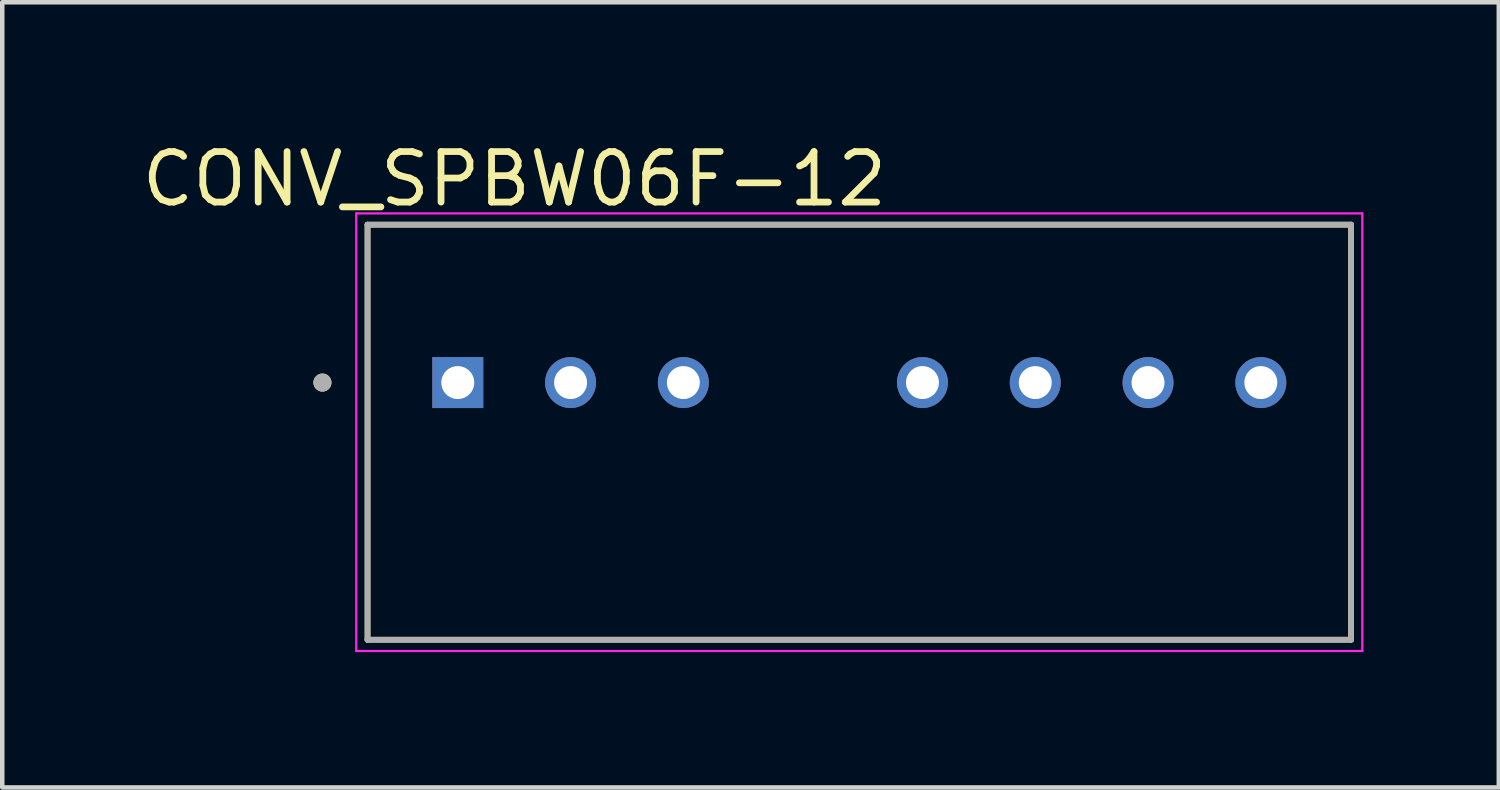
<source format=kicad_pcb>
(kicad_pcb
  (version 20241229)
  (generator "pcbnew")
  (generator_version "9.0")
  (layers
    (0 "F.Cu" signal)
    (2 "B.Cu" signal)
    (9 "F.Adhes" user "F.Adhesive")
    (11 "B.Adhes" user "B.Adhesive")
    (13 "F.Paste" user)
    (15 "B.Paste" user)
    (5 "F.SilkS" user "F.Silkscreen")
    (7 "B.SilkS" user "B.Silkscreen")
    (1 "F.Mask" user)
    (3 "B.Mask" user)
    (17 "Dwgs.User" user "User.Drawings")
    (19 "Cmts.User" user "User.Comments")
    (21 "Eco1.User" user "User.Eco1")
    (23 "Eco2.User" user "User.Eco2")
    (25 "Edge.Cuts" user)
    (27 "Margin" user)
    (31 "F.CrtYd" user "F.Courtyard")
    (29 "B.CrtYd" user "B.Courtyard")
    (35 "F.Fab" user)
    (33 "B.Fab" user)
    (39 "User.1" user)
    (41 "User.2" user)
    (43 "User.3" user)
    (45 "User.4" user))
  (footprint "CONV_SPBW06F-12"
    (layer "F.Cu")
    (at 15.997 6.53)
    (property "Reference" "CONV_SPBW06F-12" (at -7.644 -5.611 0) (layer "F.SilkS") (effects (font (size 1.12 1.12) (thickness 0.15))))
    (attr through_hole)
    (fp_line (start -10.9 -4.6) (end 10.9 -4.6) (stroke (width 0.127) (type solid)) (layer "F.SilkS"))
    (fp_line (start -10.9 4.6) (end -10.9 -4.6) (stroke (width 0.127) (type solid)) (layer "F.SilkS"))
    (fp_line (start 10.9 -4.6) (end 10.9 4.6) (stroke (width 0.127) (type solid)) (layer "F.SilkS"))
    (fp_line (start 10.9 4.6) (end -10.9 4.6) (stroke (width 0.127) (type solid)) (layer "F.SilkS"))
    (fp_circle (center -11.9 -1.1) (end -11.8 -1.1) (stroke (width 0.2) (type solid)) (fill no) (layer "F.SilkS"))
    (fp_line (start -11.15 -4.85) (end 11.15 -4.85) (stroke (width 0.05) (type solid)) (layer "F.CrtYd"))
    (fp_line (start -11.15 4.85) (end -11.15 -4.85) (stroke (width 0.05) (type solid)) (layer "F.CrtYd"))
    (fp_line (start 11.15 -4.85) (end 11.15 4.85) (stroke (width 0.05) (type solid)) (layer "F.CrtYd"))
    (fp_line (start 11.15 4.85) (end -11.15 4.85) (stroke (width 0.05) (type solid)) (layer "F.CrtYd"))
    (fp_line (start -10.9 -4.6) (end 10.9 -4.6) (stroke (width 0.127) (type solid)) (layer "F.Fab"))
    (fp_line (start -10.9 4.6) (end -10.9 -4.6) (stroke (width 0.127) (type solid)) (layer "F.Fab"))
    (fp_line (start 10.9 -4.6) (end 10.9 4.6) (stroke (width 0.127) (type solid)) (layer "F.Fab"))
    (fp_line (start 10.9 4.6) (end -10.9 4.6) (stroke (width 0.127) (type solid)) (layer "F.Fab"))
    (fp_circle (center -11.9 -1.1) (end -11.8 -1.1) (stroke (width 0.2) (type solid)) (fill no) (layer "F.Fab"))
    (pad "1" thru_hole rect (at -8.9 -1.1) (size 1.13 1.13) (drill 0.73) (layers "*.Cu" "*.Mask"))
    (pad "2" thru_hole circle (at -6.4 -1.1) (size 1.13 1.13) (drill 0.73) (layers "*.Cu" "*.Mask"))
    (pad "3" thru_hole circle (at -3.9 -1.1) (size 1.13 1.13) (drill 0.73) (layers "*.Cu" "*.Mask"))
    (pad "5" thru_hole circle (at 1.4 -1.1) (size 1.13 1.13) (drill 0.73) (layers "*.Cu" "*.Mask"))
    (pad "6" thru_hole circle (at 3.9 -1.1) (size 1.13 1.13) (drill 0.73) (layers "*.Cu" "*.Mask"))
    (pad "7" thru_hole circle (at 6.4 -1.1) (size 1.13 1.13) (drill 0.73) (layers "*.Cu" "*.Mask"))
    (pad "8" thru_hole circle (at 8.9 -1.1) (size 1.13 1.13) (drill 0.73) (layers "*.Cu" "*.Mask")))
  (gr_rect
    (start -3 -3)
    (end 30.172 14.405)
    (stroke (width 0.1) (type default))
    (fill no)
    (layer "Edge.Cuts")))
</source>
